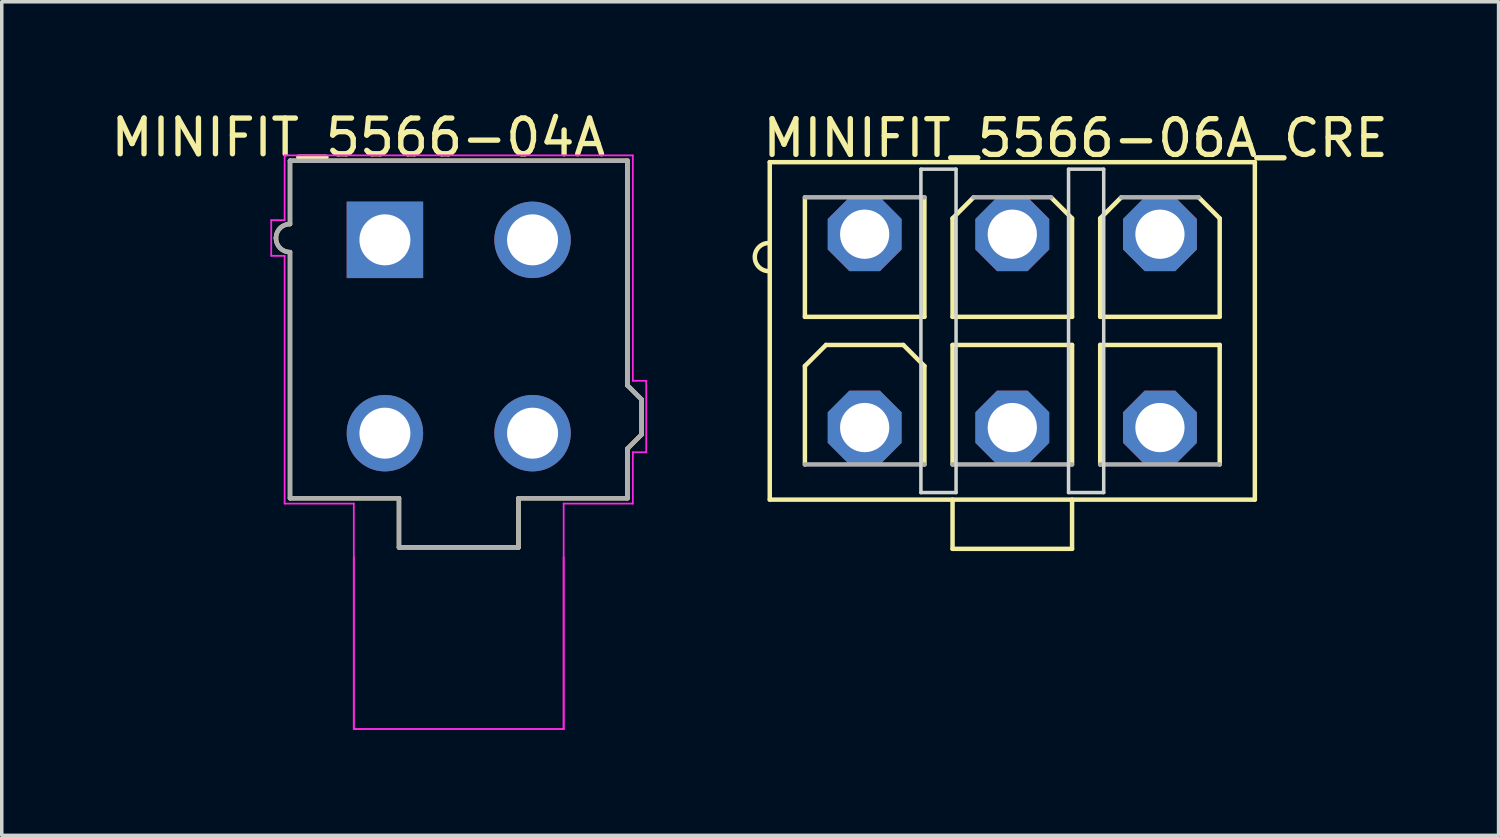
<source format=kicad_pcb>
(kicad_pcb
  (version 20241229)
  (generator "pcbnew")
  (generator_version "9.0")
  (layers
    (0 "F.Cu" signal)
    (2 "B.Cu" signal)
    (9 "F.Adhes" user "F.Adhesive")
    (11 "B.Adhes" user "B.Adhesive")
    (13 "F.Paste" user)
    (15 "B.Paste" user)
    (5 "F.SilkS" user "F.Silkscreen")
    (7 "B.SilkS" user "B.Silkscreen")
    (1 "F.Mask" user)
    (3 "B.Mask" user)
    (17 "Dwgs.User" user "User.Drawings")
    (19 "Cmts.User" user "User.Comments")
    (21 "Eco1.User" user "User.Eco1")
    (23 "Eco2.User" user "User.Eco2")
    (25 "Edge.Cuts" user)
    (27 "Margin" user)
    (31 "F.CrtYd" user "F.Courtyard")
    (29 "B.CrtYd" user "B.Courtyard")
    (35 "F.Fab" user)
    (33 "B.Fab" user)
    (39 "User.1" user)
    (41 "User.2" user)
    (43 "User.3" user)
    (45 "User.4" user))
  (footprint "MINIFIT_5566-06A_CRE"
    (layer "F.Cu")
    (at 25.748 6.363)
    (property "Reference" "MINIFIT_5566-06A_CRE" (at -7.176 -4.889 0) (layer "F.SilkS") (effects (font (size 1.016 1.016) (thickness 0.152)) (justify left bottom)))
    (attr through_hole)
    (fp_line (start -6.9 -2.5) (end -6.9 -4.8) (stroke (width 0.127) (type solid)) (layer "F.SilkS"))
    (fp_line (start -6.9 -1.7) (end -6.9 -2.5) (stroke (width 0.127) (type solid)) (layer "F.SilkS"))
    (fp_line (start -6.9 4.8) (end -6.9 -1.7) (stroke (width 0.127) (type solid)) (layer "F.SilkS"))
    (fp_line (start -5.9 -0.4) (end -5.9 -3.8) (stroke (width 0.127) (type solid)) (layer "F.SilkS"))
    (fp_line (start -5.9 1) (end -5.3 0.4) (stroke (width 0.127) (type solid)) (layer "F.SilkS"))
    (fp_line (start -5.9 3.8) (end -5.9 1) (stroke (width 0.127) (type solid)) (layer "F.SilkS"))
    (fp_line (start -5.3 0.4) (end -3.1 0.4) (stroke (width 0.127) (type solid)) (layer "F.SilkS"))
    (fp_line (start -3.1 0.4) (end -2.5 1) (stroke (width 0.127) (type solid)) (layer "F.SilkS"))
    (fp_line (start -2.5 -3.8) (end -2.5 -0.4) (stroke (width 0.127) (type solid)) (layer "F.SilkS"))
    (fp_line (start -2.5 -0.4) (end -5.9 -0.4) (stroke (width 0.127) (type solid)) (layer "F.SilkS"))
    (fp_line (start -2.5 1) (end -2.5 3.8) (stroke (width 0.127) (type solid)) (layer "F.SilkS"))
    (fp_line (start -1.7 -3.2) (end -1.1 -3.8) (stroke (width 0.127) (type solid)) (layer "F.SilkS"))
    (fp_line (start -1.7 -0.4) (end -1.7 -3.2) (stroke (width 0.127) (type solid)) (layer "F.SilkS"))
    (fp_line (start -1.7 0.4) (end 1.7 0.4) (stroke (width 0.127) (type solid)) (layer "F.SilkS"))
    (fp_line (start -1.7 3.8) (end -1.7 0.4) (stroke (width 0.127) (type solid)) (layer "F.SilkS"))
    (fp_line (start -1.7 4.8) (end -1.7 6.2) (stroke (width 0.127) (type solid)) (layer "F.SilkS"))
    (fp_line (start -1.7 6.2) (end 1.7 6.2) (stroke (width 0.127) (type solid)) (layer "F.SilkS"))
    (fp_line (start 1.1 -3.8) (end 1.7 -3.2) (stroke (width 0.127) (type solid)) (layer "F.SilkS"))
    (fp_line (start 1.7 -3.2) (end 1.7 -0.4) (stroke (width 0.127) (type solid)) (layer "F.SilkS"))
    (fp_line (start 1.7 -0.4) (end -1.7 -0.4) (stroke (width 0.127) (type solid)) (layer "F.SilkS"))
    (fp_line (start 1.7 0.4) (end 1.7 3.8) (stroke (width 0.127) (type solid)) (layer "F.SilkS"))
    (fp_line (start 1.7 6.2) (end 1.7 4.8) (stroke (width 0.127) (type solid)) (layer "F.SilkS"))
    (fp_line (start 2.5 -3.2) (end 3.1 -3.8) (stroke (width 0.127) (type solid)) (layer "F.SilkS"))
    (fp_line (start 2.5 -0.4) (end 2.5 -3.2) (stroke (width 0.127) (type solid)) (layer "F.SilkS"))
    (fp_line (start 2.5 0.4) (end 5.9 0.4) (stroke (width 0.127) (type solid)) (layer "F.SilkS"))
    (fp_line (start 2.5 3.8) (end 2.5 0.4) (stroke (width 0.127) (type solid)) (layer "F.SilkS"))
    (fp_line (start 5.3 -3.8) (end 5.9 -3.2) (stroke (width 0.127) (type solid)) (layer "F.SilkS"))
    (fp_line (start 5.9 -3.2) (end 5.9 -0.4) (stroke (width 0.127) (type solid)) (layer "F.SilkS"))
    (fp_line (start 5.9 -0.4) (end 2.5 -0.4) (stroke (width 0.127) (type solid)) (layer "F.SilkS"))
    (fp_line (start 5.9 0.4) (end 5.9 3.8) (stroke (width 0.127) (type solid)) (layer "F.SilkS"))
    (fp_line (start 6.9 -4.8) (end -6.9 -4.8) (stroke (width 0.127) (type solid)) (layer "F.SilkS"))
    (fp_line (start 6.9 -4.8) (end 6.9 4.8) (stroke (width 0.127) (type solid)) (layer "F.SilkS"))
    (fp_line (start 6.9 4.8) (end -6.9 4.8) (stroke (width 0.127) (type solid)) (layer "F.SilkS"))
    (fp_arc (start -6.9 -1.7) (mid -7.32578 -2.1) (end -6.9 -2.5) (stroke (width 0.127) (type solid)) (layer "F.SilkS"))
    (fp_line (start -2.6 -4.6) (end -1.6 -4.6) (stroke (width 0.1) (type solid)) (layer "Edge.Cuts"))
    (fp_line (start -2.6 4.6) (end -2.6 -4.6) (stroke (width 0.1) (type solid)) (layer "Edge.Cuts"))
    (fp_line (start -1.6 -4.6) (end -1.6 4.6) (stroke (width 0.1) (type solid)) (layer "Edge.Cuts"))
    (fp_line (start -1.6 4.6) (end -2.6 4.6) (stroke (width 0.1) (type solid)) (layer "Edge.Cuts"))
    (fp_line (start 1.6 -4.6) (end 2.6 -4.6) (stroke (width 0.1) (type solid)) (layer "Edge.Cuts"))
    (fp_line (start 1.6 4.6) (end 1.6 -4.6) (stroke (width 0.1) (type solid)) (layer "Edge.Cuts"))
    (fp_line (start 2.6 -4.6) (end 2.6 4.6) (stroke (width 0.1) (type solid)) (layer "Edge.Cuts"))
    (fp_line (start 2.6 4.6) (end 1.6 4.6) (stroke (width 0.1) (type solid)) (layer "Edge.Cuts"))
    (fp_line (start -5.9 -3.8) (end -2.5 -3.8) (stroke (width 0.127) (type solid)) (layer "F.Fab"))
    (fp_line (start -2.5 3.8) (end -5.9 3.8) (stroke (width 0.127) (type solid)) (layer "F.Fab"))
    (fp_line (start -1.1 -3.8) (end 1.1 -3.8) (stroke (width 0.127) (type solid)) (layer "F.Fab"))
    (fp_line (start 1.7 3.8) (end -1.7 3.8) (stroke (width 0.127) (type solid)) (layer "F.Fab"))
    (fp_line (start 3.1 -3.8) (end 5.3 -3.8) (stroke (width 0.127) (type solid)) (layer "F.Fab"))
    (fp_line (start 5.9 3.8) (end 2.5 3.8) (stroke (width 0.127) (type solid)) (layer "F.Fab"))
    (pad "1" thru_hole roundrect (at -4.2 -2.75 180) (size 2.1 2.1) (drill 1.4) (layers "*.Cu" "*.Mask") (roundrect_rratio 0.25) (chamfer_ratio 0.293) (chamfer top_left top_right bottom_left bottom_right))
    (pad "2" thru_hole roundrect (at 0 -2.75 180) (size 2.1 2.1) (drill 1.4) (layers "*.Cu" "*.Mask") (roundrect_rratio 0.25) (chamfer_ratio 0.293) (chamfer top_left top_right bottom_left bottom_right))
    (pad "3" thru_hole roundrect (at 4.2 -2.75 180) (size 2.1 2.1) (drill 1.4) (layers "*.Cu" "*.Mask") (roundrect_rratio 0.25) (chamfer_ratio 0.293) (chamfer top_left top_right bottom_left bottom_right))
    (pad "4" thru_hole roundrect (at -4.2 2.75 180) (size 2.1 2.1) (drill 1.4) (layers "*.Cu" "*.Mask") (roundrect_rratio 0.25) (chamfer_ratio 0.293) (chamfer top_left top_right bottom_left bottom_right))
    (pad "5" thru_hole roundrect (at 0 2.75 180) (size 2.1 2.1) (drill 1.4) (layers "*.Cu" "*.Mask") (roundrect_rratio 0.25) (chamfer_ratio 0.293) (chamfer top_left top_right bottom_left bottom_right))
    (pad "6" thru_hole roundrect (at 4.2 2.75 180) (size 2.1 2.1) (drill 1.4) (layers "*.Cu" "*.Mask") (roundrect_rratio 0.25) (chamfer_ratio 0.293) (chamfer top_left top_right bottom_left bottom_right))
    (zone (net_name "") (layers "F.Cu" "B.Cu") (hatch edge 0.5) (connect_pads) (min_thickness 0.25) (filled_areas_thickness no) (keepout (tracks allowed) (vias not_allowed) (pads allowed) (copperpour allowed) (footprints allowed)) (placement (enabled no)) (fill) (polygon (pts (xy 22.748 16.163) (xy 28.748 16.163) (xy 28.748 11.163) (xy 22.748 11.163)))))
  (footprint "MINIFIT_5566-04A"
    (layer "F.Cu")
    (at 10 6.323)
    (property "Reference" "MINIFIT_5566-04A" (at -2.857 -5.461 0) (layer "F.SilkS") (effects (font (size 1.016 1.016) (thickness 0.152))))
    (attr through_hole)
    (fp_line (start -4.8 -4.8) (end -4.8 -3) (stroke (width 0.127) (type solid)) (layer "F.SilkS"))
    (fp_line (start -4.8 -2.2) (end -4.8 4.8) (stroke (width 0.127) (type solid)) (layer "F.SilkS"))
    (fp_line (start -4.8 4.8) (end -1.7 4.8) (stroke (width 0.127) (type solid)) (layer "F.SilkS"))
    (fp_line (start -1.7 4.8) (end -1.7 6.2) (stroke (width 0.127) (type solid)) (layer "F.SilkS"))
    (fp_line (start -1.7 6.2) (end 1.7 6.2) (stroke (width 0.127) (type solid)) (layer "F.SilkS"))
    (fp_line (start 1.7 4.8) (end 4.8 4.8) (stroke (width 0.127) (type solid)) (layer "F.SilkS"))
    (fp_line (start 1.7 6.2) (end 1.7 4.8) (stroke (width 0.127) (type solid)) (layer "F.SilkS"))
    (fp_line (start 4.8 -4.8) (end -4.8 -4.8) (stroke (width 0.127) (type solid)) (layer "F.SilkS"))
    (fp_line (start 4.8 1.59) (end 4.8 -4.8) (stroke (width 0.127) (type solid)) (layer "F.SilkS"))
    (fp_line (start 4.8 3.39) (end 5.2 2.99) (stroke (width 0.127) (type solid)) (layer "F.SilkS"))
    (fp_line (start 4.8 4.8) (end 4.8 3.39) (stroke (width 0.127) (type solid)) (layer "F.SilkS"))
    (fp_line (start 5.2 1.99) (end 4.8 1.59) (stroke (width 0.127) (type solid)) (layer "F.SilkS"))
    (fp_line (start 5.2 2.99) (end 5.2 1.99) (stroke (width 0.127) (type solid)) (layer "F.SilkS"))
    (fp_arc (start -5.2 -2.6) (mid -5.082843 -2.882843) (end -4.8 -3) (stroke (width 0.127) (type solid)) (layer "F.SilkS"))
    (fp_arc (start -4.8 -2.2) (mid -5.082843 -2.317157) (end -5.2 -2.6) (stroke (width 0.127) (type solid)) (layer "F.SilkS"))
    (fp_line (start -5.334 -3.111) (end -4.953 -3.111) (stroke (width 0.05) (type default)) (layer "F.CrtYd"))
    (fp_line (start -5.334 -2.095) (end -5.334 -3.111) (stroke (width 0.05) (type default)) (layer "F.CrtYd"))
    (fp_line (start -4.953 -4.953) (end 4.953 -4.953) (stroke (width 0.05) (type default)) (layer "F.CrtYd"))
    (fp_line (start -4.953 -3.111) (end -4.953 -4.953) (stroke (width 0.05) (type default)) (layer "F.CrtYd"))
    (fp_line (start -4.953 -2.095) (end -5.334 -2.095) (stroke (width 0.05) (type default)) (layer "F.CrtYd"))
    (fp_line (start -4.953 4.953) (end -4.953 -2.095) (stroke (width 0.05) (type default)) (layer "F.CrtYd"))
    (fp_line (start -2.985 4.953) (end -4.953 4.953) (stroke (width 0.05) (type default)) (layer "F.CrtYd"))
    (fp_line (start -2.985 11.367) (end -2.985 4.953) (stroke (width 0.05) (type default)) (layer "F.CrtYd"))
    (fp_line (start -2.985 11.367) (end -2.985 6.477) (stroke (width 0.05) (type default)) (layer "F.CrtYd"))
    (fp_line (start 2.985 4.953) (end 2.985 11.367) (stroke (width 0.05) (type default)) (layer "F.CrtYd"))
    (fp_line (start 2.985 6.477) (end 2.985 11.367) (stroke (width 0.05) (type default)) (layer "F.CrtYd"))
    (fp_line (start 2.985 11.367) (end -2.985 11.367) (stroke (width 0.05) (type default)) (layer "F.CrtYd"))
    (fp_line (start 2.985 11.367) (end -2.985 11.367) (stroke (width 0.05) (type default)) (layer "F.CrtYd"))
    (fp_line (start 4.953 -4.953) (end 4.953 1.46) (stroke (width 0.05) (type default)) (layer "F.CrtYd"))
    (fp_line (start 4.953 1.46) (end 5.334 1.46) (stroke (width 0.05) (type default)) (layer "F.CrtYd"))
    (fp_line (start 4.953 3.493) (end 4.953 4.953) (stroke (width 0.05) (type default)) (layer "F.CrtYd"))
    (fp_line (start 4.953 4.953) (end 2.985 4.953) (stroke (width 0.05) (type default)) (layer "F.CrtYd"))
    (fp_line (start 5.334 1.46) (end 5.334 3.493) (stroke (width 0.05) (type default)) (layer "F.CrtYd"))
    (fp_line (start 5.334 3.493) (end 4.953 3.493) (stroke (width 0.05) (type default)) (layer "F.CrtYd"))
    (fp_line (start -4.8 -4.8) (end -4.8 -3) (stroke (width 0.127) (type solid)) (layer "F.Fab"))
    (fp_line (start -4.8 -2.2) (end -4.8 4.8) (stroke (width 0.127) (type solid)) (layer "F.Fab"))
    (fp_line (start -4.8 4.8) (end -1.7 4.8) (stroke (width 0.127) (type solid)) (layer "F.Fab"))
    (fp_line (start -1.7 4.8) (end -1.7 6.2) (stroke (width 0.127) (type solid)) (layer "F.Fab"))
    (fp_line (start -1.7 6.2) (end 1.7 6.2) (stroke (width 0.127) (type solid)) (layer "F.Fab"))
    (fp_line (start 1.7 4.8) (end 4.8 4.8) (stroke (width 0.127) (type solid)) (layer "F.Fab"))
    (fp_line (start 1.7 6.2) (end 1.7 4.8) (stroke (width 0.127) (type solid)) (layer "F.Fab"))
    (fp_line (start 4.8 -4.8) (end -4.8 -4.8) (stroke (width 0.127) (type solid)) (layer "F.Fab"))
    (fp_line (start 4.8 1.59) (end 4.8 -4.8) (stroke (width 0.127) (type solid)) (layer "F.Fab"))
    (fp_line (start 4.8 3.39) (end 5.2 2.99) (stroke (width 0.127) (type solid)) (layer "F.Fab"))
    (fp_line (start 4.8 4.8) (end 4.8 3.39) (stroke (width 0.127) (type solid)) (layer "F.Fab"))
    (fp_line (start 5.2 1.99) (end 4.8 1.59) (stroke (width 0.127) (type solid)) (layer "F.Fab"))
    (fp_line (start 5.2 2.99) (end 5.2 1.99) (stroke (width 0.127) (type solid)) (layer "F.Fab"))
    (fp_arc (start -5.2 -2.6) (mid -5.082843 -2.882843) (end -4.8 -3) (stroke (width 0.127) (type solid)) (layer "F.Fab"))
    (fp_arc (start -4.8 -2.2) (mid -5.082843 -2.317157) (end -5.2 -2.6) (stroke (width 0.127) (type solid)) (layer "F.Fab"))
    (pad "1" thru_hole rect (at -2.1 -2.55) (size 2.175 2.175) (drill 1.45) (layers "*.Cu" "*.Mask"))
    (pad "2" thru_hole circle (at 2.1 -2.55) (size 2.175 2.175) (drill 1.45) (layers "*.Cu" "*.Mask"))
    (pad "3" thru_hole circle (at -2.1 2.95) (size 2.175 2.175) (drill 1.45) (layers "*.Cu" "*.Mask"))
    (pad "4" thru_hole circle (at 2.1 2.95) (size 2.175 2.175) (drill 1.45) (layers "*.Cu" "*.Mask")))
  (gr_rect
    (start -3 -3)
    (end 39.582 20.714)
    (stroke (width 0.1) (type default))
    (fill no)
    (layer "Edge.Cuts")))
</source>
